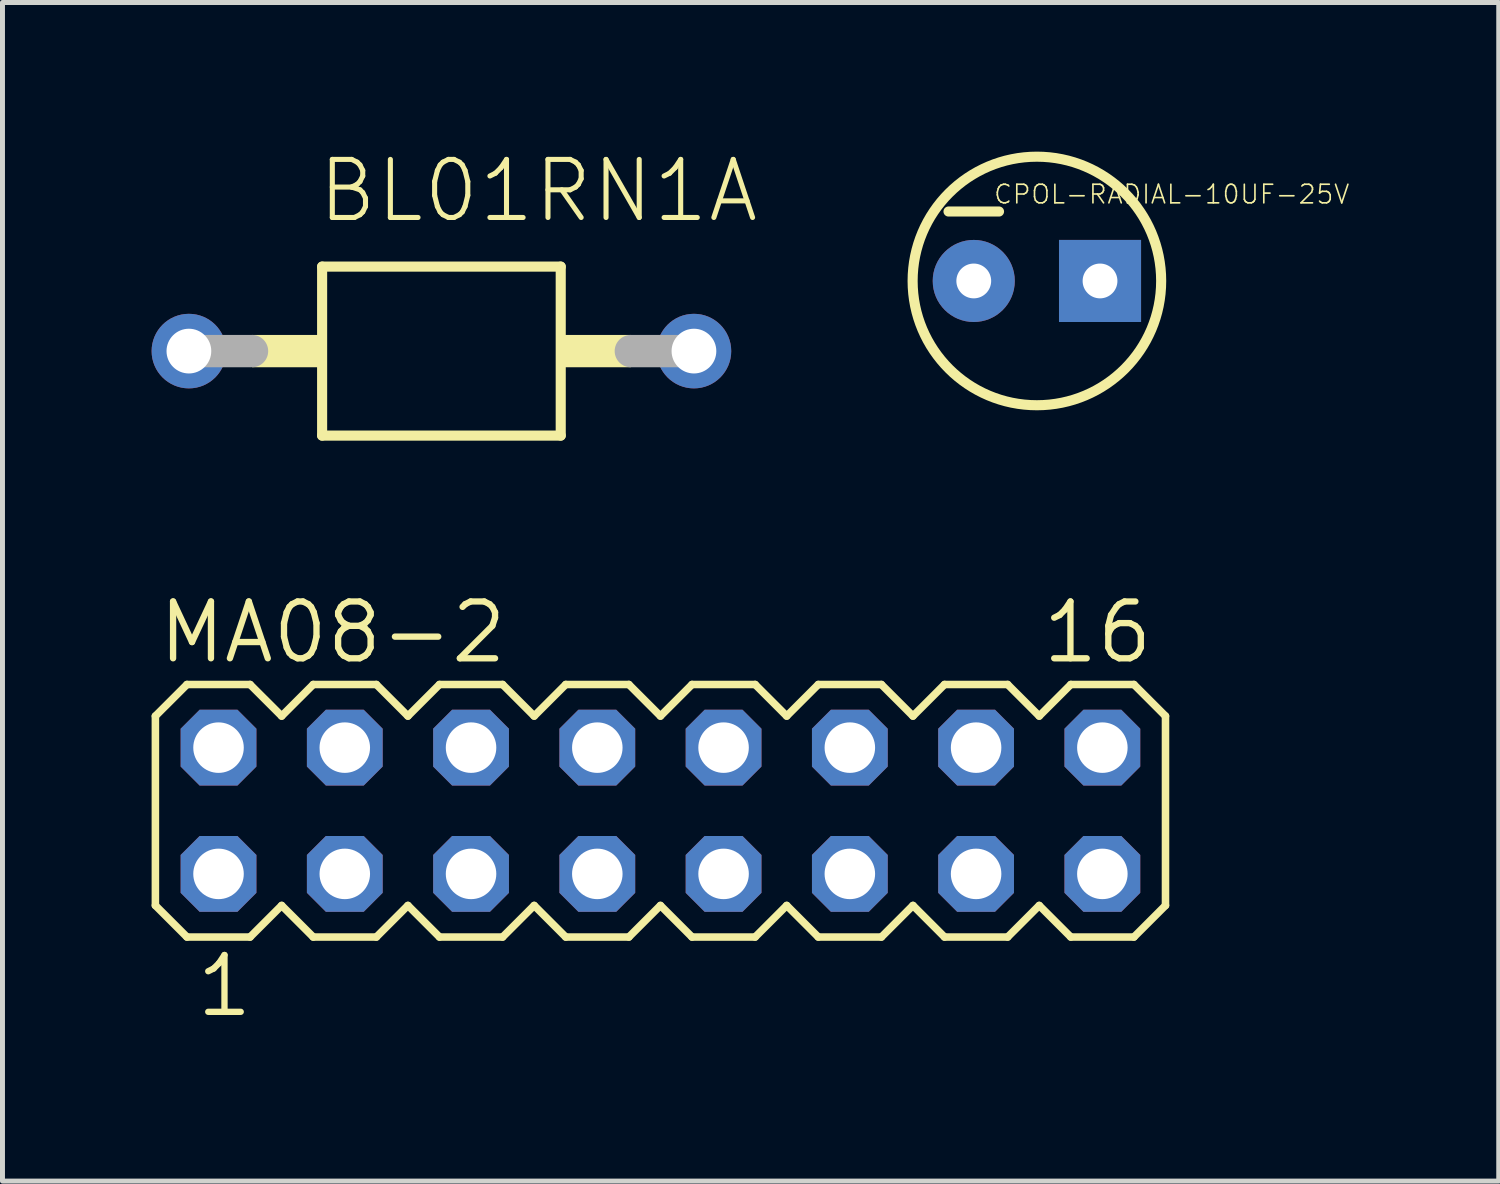
<source format=kicad_pcb>
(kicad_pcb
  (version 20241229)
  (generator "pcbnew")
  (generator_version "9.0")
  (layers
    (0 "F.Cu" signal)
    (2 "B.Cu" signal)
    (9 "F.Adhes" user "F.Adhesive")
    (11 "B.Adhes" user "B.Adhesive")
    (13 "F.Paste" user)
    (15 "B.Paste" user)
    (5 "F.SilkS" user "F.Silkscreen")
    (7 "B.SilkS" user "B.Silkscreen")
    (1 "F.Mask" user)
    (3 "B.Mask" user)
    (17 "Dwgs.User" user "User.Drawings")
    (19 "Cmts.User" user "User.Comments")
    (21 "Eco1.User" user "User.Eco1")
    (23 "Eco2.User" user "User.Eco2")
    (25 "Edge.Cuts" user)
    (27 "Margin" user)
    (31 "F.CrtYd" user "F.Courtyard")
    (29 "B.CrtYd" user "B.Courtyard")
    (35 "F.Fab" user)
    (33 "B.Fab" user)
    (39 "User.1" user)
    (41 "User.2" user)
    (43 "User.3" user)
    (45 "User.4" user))
  (footprint "BL01RN1A"
    (layer "F.Cu")
    (at 5.83 4.013)
    (property "Reference" "BL01RN1A" (at -2.54 -2.54 0) (layer "F.SilkS") (effects (font (size 1.168 1.168) (thickness 0.102)) (justify left bottom)))
    (fp_line (start -2.4 -1.7) (end 2.4 -1.7) (stroke (width 0.203) (type solid)) (layer "F.SilkS"))
    (fp_line (start -2.4 1.7) (end -2.4 -1.7) (stroke (width 0.203) (type solid)) (layer "F.SilkS"))
    (fp_line (start 2.4 -1.7) (end 2.4 1.7) (stroke (width 0.203) (type solid)) (layer "F.SilkS"))
    (fp_line (start 2.4 1.7) (end -2.4 1.7) (stroke (width 0.203) (type solid)) (layer "F.SilkS"))
    (fp_poly (pts (xy -3.81 0.325) (xy -2.475 0.325) (xy -2.475 -0.325) (xy -3.81 -0.325)) (stroke (width 0) (type solid)) (fill yes) (layer "F.SilkS"))
    (fp_poly (pts (xy 3.81 -0.325) (xy 2.475 -0.325) (xy 2.475 0.325) (xy 3.81 0.325)) (stroke (width 0) (type solid)) (fill yes) (layer "F.SilkS"))
    (fp_line (start -5.08 0) (end -3.81 0) (stroke (width 0.65) (type solid)) (layer "F.Fab"))
    (fp_line (start 5.08 0) (end 3.81 0) (stroke (width 0.65) (type solid)) (layer "F.Fab"))
    (pad "1" thru_hole circle (at -5.08 0) (size 1.5 1.5) (drill 0.9) (layers "*.Cu" "*.Mask"))
    (pad "2" thru_hole circle (at 5.08 0) (size 1.5 1.5) (drill 0.9) (layers "*.Cu" "*.Mask")))
  (footprint "MA08-2"
    (layer "F.Cu")
    (at 10.236 13.26)
    (property "Reference" "MA08-2" (at -10.16 -2.921 0) (layer "F.SilkS") (effects (font (size 1.143 1.143) (thickness 0.127)) (justify left bottom)))
    (fp_line (start -10.16 -1.905) (end -10.16 1.905) (stroke (width 0.152) (type solid)) (layer "F.SilkS"))
    (fp_line (start -10.16 1.905) (end -9.525 2.54) (stroke (width 0.152) (type solid)) (layer "F.SilkS"))
    (fp_line (start -9.525 -2.54) (end -10.16 -1.905) (stroke (width 0.152) (type solid)) (layer "F.SilkS"))
    (fp_line (start -9.525 -2.54) (end -8.255 -2.54) (stroke (width 0.152) (type solid)) (layer "F.SilkS"))
    (fp_line (start -8.255 -2.54) (end -7.62 -1.905) (stroke (width 0.152) (type solid)) (layer "F.SilkS"))
    (fp_line (start -8.255 2.54) (end -9.525 2.54) (stroke (width 0.152) (type solid)) (layer "F.SilkS"))
    (fp_line (start -7.62 -1.905) (end -6.985 -2.54) (stroke (width 0.152) (type solid)) (layer "F.SilkS"))
    (fp_line (start -7.62 1.905) (end -8.255 2.54) (stroke (width 0.152) (type solid)) (layer "F.SilkS"))
    (fp_line (start -6.985 -2.54) (end -5.715 -2.54) (stroke (width 0.152) (type solid)) (layer "F.SilkS"))
    (fp_line (start -6.985 2.54) (end -7.62 1.905) (stroke (width 0.152) (type solid)) (layer "F.SilkS"))
    (fp_line (start -5.715 -2.54) (end -5.08 -1.905) (stroke (width 0.152) (type solid)) (layer "F.SilkS"))
    (fp_line (start -5.715 2.54) (end -6.985 2.54) (stroke (width 0.152) (type solid)) (layer "F.SilkS"))
    (fp_line (start -5.08 -1.905) (end -4.445 -2.54) (stroke (width 0.152) (type solid)) (layer "F.SilkS"))
    (fp_line (start -5.08 1.905) (end -5.715 2.54) (stroke (width 0.152) (type solid)) (layer "F.SilkS"))
    (fp_line (start -4.445 -2.54) (end -3.175 -2.54) (stroke (width 0.152) (type solid)) (layer "F.SilkS"))
    (fp_line (start -4.445 2.54) (end -5.08 1.905) (stroke (width 0.152) (type solid)) (layer "F.SilkS"))
    (fp_line (start -3.175 -2.54) (end -2.54 -1.905) (stroke (width 0.152) (type solid)) (layer "F.SilkS"))
    (fp_line (start -3.175 2.54) (end -4.445 2.54) (stroke (width 0.152) (type solid)) (layer "F.SilkS"))
    (fp_line (start -2.54 1.905) (end -3.175 2.54) (stroke (width 0.152) (type solid)) (layer "F.SilkS"))
    (fp_line (start -2.54 1.905) (end -1.905 2.54) (stroke (width 0.152) (type solid)) (layer "F.SilkS"))
    (fp_line (start -1.905 -2.54) (end -2.54 -1.905) (stroke (width 0.152) (type solid)) (layer "F.SilkS"))
    (fp_line (start -1.905 -2.54) (end -0.635 -2.54) (stroke (width 0.152) (type solid)) (layer "F.SilkS"))
    (fp_line (start -0.635 -2.54) (end 0 -1.905) (stroke (width 0.152) (type solid)) (layer "F.SilkS"))
    (fp_line (start -0.635 2.54) (end -1.905 2.54) (stroke (width 0.152) (type solid)) (layer "F.SilkS"))
    (fp_line (start 0 -1.905) (end 0.635 -2.54) (stroke (width 0.152) (type solid)) (layer "F.SilkS"))
    (fp_line (start 0 1.905) (end -0.635 2.54) (stroke (width 0.152) (type solid)) (layer "F.SilkS"))
    (fp_line (start 0.635 -2.54) (end 1.905 -2.54) (stroke (width 0.152) (type solid)) (layer "F.SilkS"))
    (fp_line (start 0.635 2.54) (end 0 1.905) (stroke (width 0.152) (type solid)) (layer "F.SilkS"))
    (fp_line (start 1.905 -2.54) (end 2.54 -1.905) (stroke (width 0.152) (type solid)) (layer "F.SilkS"))
    (fp_line (start 1.905 2.54) (end 0.635 2.54) (stroke (width 0.152) (type solid)) (layer "F.SilkS"))
    (fp_line (start 2.54 -1.905) (end 3.175 -2.54) (stroke (width 0.152) (type solid)) (layer "F.SilkS"))
    (fp_line (start 2.54 1.905) (end 1.905 2.54) (stroke (width 0.152) (type solid)) (layer "F.SilkS"))
    (fp_line (start 3.175 -2.54) (end 4.445 -2.54) (stroke (width 0.152) (type solid)) (layer "F.SilkS"))
    (fp_line (start 3.175 2.54) (end 2.54 1.905) (stroke (width 0.152) (type solid)) (layer "F.SilkS"))
    (fp_line (start 4.445 -2.54) (end 5.08 -1.905) (stroke (width 0.152) (type solid)) (layer "F.SilkS"))
    (fp_line (start 4.445 2.54) (end 3.175 2.54) (stroke (width 0.152) (type solid)) (layer "F.SilkS"))
    (fp_line (start 5.08 1.905) (end 4.445 2.54) (stroke (width 0.152) (type solid)) (layer "F.SilkS"))
    (fp_line (start 5.08 1.905) (end 5.715 2.54) (stroke (width 0.152) (type solid)) (layer "F.SilkS"))
    (fp_line (start 5.715 -2.54) (end 5.08 -1.905) (stroke (width 0.152) (type solid)) (layer "F.SilkS"))
    (fp_line (start 5.715 -2.54) (end 6.985 -2.54) (stroke (width 0.152) (type solid)) (layer "F.SilkS"))
    (fp_line (start 6.985 -2.54) (end 7.62 -1.905) (stroke (width 0.152) (type solid)) (layer "F.SilkS"))
    (fp_line (start 6.985 2.54) (end 5.715 2.54) (stroke (width 0.152) (type solid)) (layer "F.SilkS"))
    (fp_line (start 7.62 -1.905) (end 8.255 -2.54) (stroke (width 0.152) (type solid)) (layer "F.SilkS"))
    (fp_line (start 7.62 1.905) (end 6.985 2.54) (stroke (width 0.152) (type solid)) (layer "F.SilkS"))
    (fp_line (start 8.255 -2.54) (end 9.525 -2.54) (stroke (width 0.152) (type solid)) (layer "F.SilkS"))
    (fp_line (start 8.255 2.54) (end 7.62 1.905) (stroke (width 0.152) (type solid)) (layer "F.SilkS"))
    (fp_line (start 9.525 -2.54) (end 10.16 -1.905) (stroke (width 0.152) (type solid)) (layer "F.SilkS"))
    (fp_line (start 9.525 2.54) (end 8.255 2.54) (stroke (width 0.152) (type solid)) (layer "F.SilkS"))
    (fp_line (start 10.16 -1.905) (end 10.16 1.905) (stroke (width 0.152) (type solid)) (layer "F.SilkS"))
    (fp_line (start 10.16 1.905) (end 9.525 2.54) (stroke (width 0.152) (type solid)) (layer "F.SilkS"))
    (fp_poly (pts (xy -9.144 -1.016) (xy -8.636 -1.016) (xy -8.636 -1.524) (xy -9.144 -1.524)) (stroke (width 0.1) (type solid)) (fill no) (layer "F.Fab"))
    (fp_poly (pts (xy -9.144 1.524) (xy -8.636 1.524) (xy -8.636 1.016) (xy -9.144 1.016)) (stroke (width 0.1) (type solid)) (fill no) (layer "F.Fab"))
    (fp_poly (pts (xy -6.604 -1.016) (xy -6.096 -1.016) (xy -6.096 -1.524) (xy -6.604 -1.524)) (stroke (width 0.1) (type solid)) (fill no) (layer "F.Fab"))
    (fp_poly (pts (xy -6.604 1.524) (xy -6.096 1.524) (xy -6.096 1.016) (xy -6.604 1.016)) (stroke (width 0.1) (type solid)) (fill no) (layer "F.Fab"))
    (fp_poly (pts (xy -4.064 -1.016) (xy -3.556 -1.016) (xy -3.556 -1.524) (xy -4.064 -1.524)) (stroke (width 0.1) (type solid)) (fill no) (layer "F.Fab"))
    (fp_poly (pts (xy -4.064 1.524) (xy -3.556 1.524) (xy -3.556 1.016) (xy -4.064 1.016)) (stroke (width 0.1) (type solid)) (fill no) (layer "F.Fab"))
    (fp_poly (pts (xy -1.524 -1.016) (xy -1.016 -1.016) (xy -1.016 -1.524) (xy -1.524 -1.524)) (stroke (width 0.1) (type solid)) (fill no) (layer "F.Fab"))
    (fp_poly (pts (xy -1.524 1.524) (xy -1.016 1.524) (xy -1.016 1.016) (xy -1.524 1.016)) (stroke (width 0.1) (type solid)) (fill no) (layer "F.Fab"))
    (fp_poly (pts (xy 1.016 -1.016) (xy 1.524 -1.016) (xy 1.524 -1.524) (xy 1.016 -1.524)) (stroke (width 0.1) (type solid)) (fill no) (layer "F.Fab"))
    (fp_poly (pts (xy 1.016 1.524) (xy 1.524 1.524) (xy 1.524 1.016) (xy 1.016 1.016)) (stroke (width 0.1) (type solid)) (fill no) (layer "F.Fab"))
    (fp_poly (pts (xy 3.556 -1.016) (xy 4.064 -1.016) (xy 4.064 -1.524) (xy 3.556 -1.524)) (stroke (width 0.1) (type solid)) (fill no) (layer "F.Fab"))
    (fp_poly (pts (xy 3.556 1.524) (xy 4.064 1.524) (xy 4.064 1.016) (xy 3.556 1.016)) (stroke (width 0.1) (type solid)) (fill no) (layer "F.Fab"))
    (fp_poly (pts (xy 6.096 -1.016) (xy 6.604 -1.016) (xy 6.604 -1.524) (xy 6.096 -1.524)) (stroke (width 0.1) (type solid)) (fill no) (layer "F.Fab"))
    (fp_poly (pts (xy 6.096 1.524) (xy 6.604 1.524) (xy 6.604 1.016) (xy 6.096 1.016)) (stroke (width 0.1) (type solid)) (fill no) (layer "F.Fab"))
    (fp_poly (pts (xy 8.636 -1.016) (xy 9.144 -1.016) (xy 9.144 -1.524) (xy 8.636 -1.524)) (stroke (width 0.1) (type solid)) (fill no) (layer "F.Fab"))
    (fp_poly (pts (xy 8.636 1.524) (xy 9.144 1.524) (xy 9.144 1.016) (xy 8.636 1.016)) (stroke (width 0.1) (type solid)) (fill no) (layer "F.Fab"))
    (fp_text user "1" (at -9.398 4.191 0) (layer "F.SilkS") (effects (font (size 1.143 1.143) (thickness 0.127)) (justify left bottom)))
    (fp_text user "16" (at 7.62 -2.921 0) (layer "F.SilkS") (effects (font (size 1.143 1.143) (thickness 0.127)) (justify left bottom)))
    (pad "1" thru_hole roundrect (at -8.89 1.27) (size 1.524 1.524) (drill 1.016) (layers "*.Cu" "*.Mask") (roundrect_rratio 0.25) (chamfer_ratio 0.25) (chamfer top_left top_right bottom_left bottom_right))
    (pad "2" thru_hole roundrect (at -8.89 -1.27) (size 1.524 1.524) (drill 1.016) (layers "*.Cu" "*.Mask") (roundrect_rratio 0.25) (chamfer_ratio 0.25) (chamfer top_left top_right bottom_left bottom_right))
    (pad "3" thru_hole roundrect (at -6.35 1.27) (size 1.524 1.524) (drill 1.016) (layers "*.Cu" "*.Mask") (roundrect_rratio 0.25) (chamfer_ratio 0.25) (chamfer top_left top_right bottom_left bottom_right))
    (pad "4" thru_hole roundrect (at -6.35 -1.27) (size 1.524 1.524) (drill 1.016) (layers "*.Cu" "*.Mask") (roundrect_rratio 0.25) (chamfer_ratio 0.25) (chamfer top_left top_right bottom_left bottom_right))
    (pad "5" thru_hole roundrect (at -3.81 1.27) (size 1.524 1.524) (drill 1.016) (layers "*.Cu" "*.Mask") (roundrect_rratio 0.25) (chamfer_ratio 0.25) (chamfer top_left top_right bottom_left bottom_right))
    (pad "6" thru_hole roundrect (at -3.81 -1.27) (size 1.524 1.524) (drill 1.016) (layers "*.Cu" "*.Mask") (roundrect_rratio 0.25) (chamfer_ratio 0.25) (chamfer top_left top_right bottom_left bottom_right))
    (pad "7" thru_hole roundrect (at -1.27 1.27) (size 1.524 1.524) (drill 1.016) (layers "*.Cu" "*.Mask") (roundrect_rratio 0.25) (chamfer_ratio 0.25) (chamfer top_left top_right bottom_left bottom_right))
    (pad "8" thru_hole roundrect (at -1.27 -1.27) (size 1.524 1.524) (drill 1.016) (layers "*.Cu" "*.Mask") (roundrect_rratio 0.25) (chamfer_ratio 0.25) (chamfer top_left top_right bottom_left bottom_right))
    (pad "9" thru_hole roundrect (at 1.27 1.27) (size 1.524 1.524) (drill 1.016) (layers "*.Cu" "*.Mask") (roundrect_rratio 0.25) (chamfer_ratio 0.25) (chamfer top_left top_right bottom_left bottom_right))
    (pad "10" thru_hole roundrect (at 1.27 -1.27) (size 1.524 1.524) (drill 1.016) (layers "*.Cu" "*.Mask") (roundrect_rratio 0.25) (chamfer_ratio 0.25) (chamfer top_left top_right bottom_left bottom_right))
    (pad "11" thru_hole roundrect (at 3.81 1.27) (size 1.524 1.524) (drill 1.016) (layers "*.Cu" "*.Mask") (roundrect_rratio 0.25) (chamfer_ratio 0.25) (chamfer top_left top_right bottom_left bottom_right))
    (pad "12" thru_hole roundrect (at 3.81 -1.27) (size 1.524 1.524) (drill 1.016) (layers "*.Cu" "*.Mask") (roundrect_rratio 0.25) (chamfer_ratio 0.25) (chamfer top_left top_right bottom_left bottom_right))
    (pad "13" thru_hole roundrect (at 6.35 1.27) (size 1.524 1.524) (drill 1.016) (layers "*.Cu" "*.Mask") (roundrect_rratio 0.25) (chamfer_ratio 0.25) (chamfer top_left top_right bottom_left bottom_right))
    (pad "14" thru_hole roundrect (at 6.35 -1.27) (size 1.524 1.524) (drill 1.016) (layers "*.Cu" "*.Mask") (roundrect_rratio 0.25) (chamfer_ratio 0.25) (chamfer top_left top_right bottom_left bottom_right))
    (pad "15" thru_hole roundrect (at 8.89 1.27) (size 1.524 1.524) (drill 1.016) (layers "*.Cu" "*.Mask") (roundrect_rratio 0.25) (chamfer_ratio 0.25) (chamfer top_left top_right bottom_left bottom_right))
    (pad "16" thru_hole roundrect (at 8.89 -1.27) (size 1.524 1.524) (drill 1.016) (layers "*.Cu" "*.Mask") (roundrect_rratio 0.25) (chamfer_ratio 0.25) (chamfer top_left top_right bottom_left bottom_right)))
  (footprint "CPOL-RADIAL-10UF-25V"
    (layer "F.Cu")
    (at 17.809 2.602)
    (property "Reference" "CPOL-RADIAL-10UF-25V" (at -0.889 -1.524 0) (layer "F.SilkS") (effects (font (size 0.374 0.374) (thickness 0.033)) (justify left bottom)))
    (fp_line (start -0.762 -1.397) (end -1.778 -1.397) (stroke (width 0.203) (type solid)) (layer "F.SilkS"))
    (fp_circle (center 0 0) (end 2.5 0) (stroke (width 0.203) (type solid)) (fill no) (layer "F.SilkS"))
    (pad "1" thru_hole rect (at 1.27 0) (size 1.651 1.651) (drill 0.7) (layers "*.Cu" "*.Mask"))
    (pad "2" thru_hole circle (at -1.27 0) (size 1.651 1.651) (drill 0.7) (layers "*.Cu" "*.Mask")))
  (gr_rect
    (start -3 -3)
    (end 27.1 20.71)
    (stroke (width 0.1) (type default))
    (fill no)
    (layer "Edge.Cuts")))
</source>
